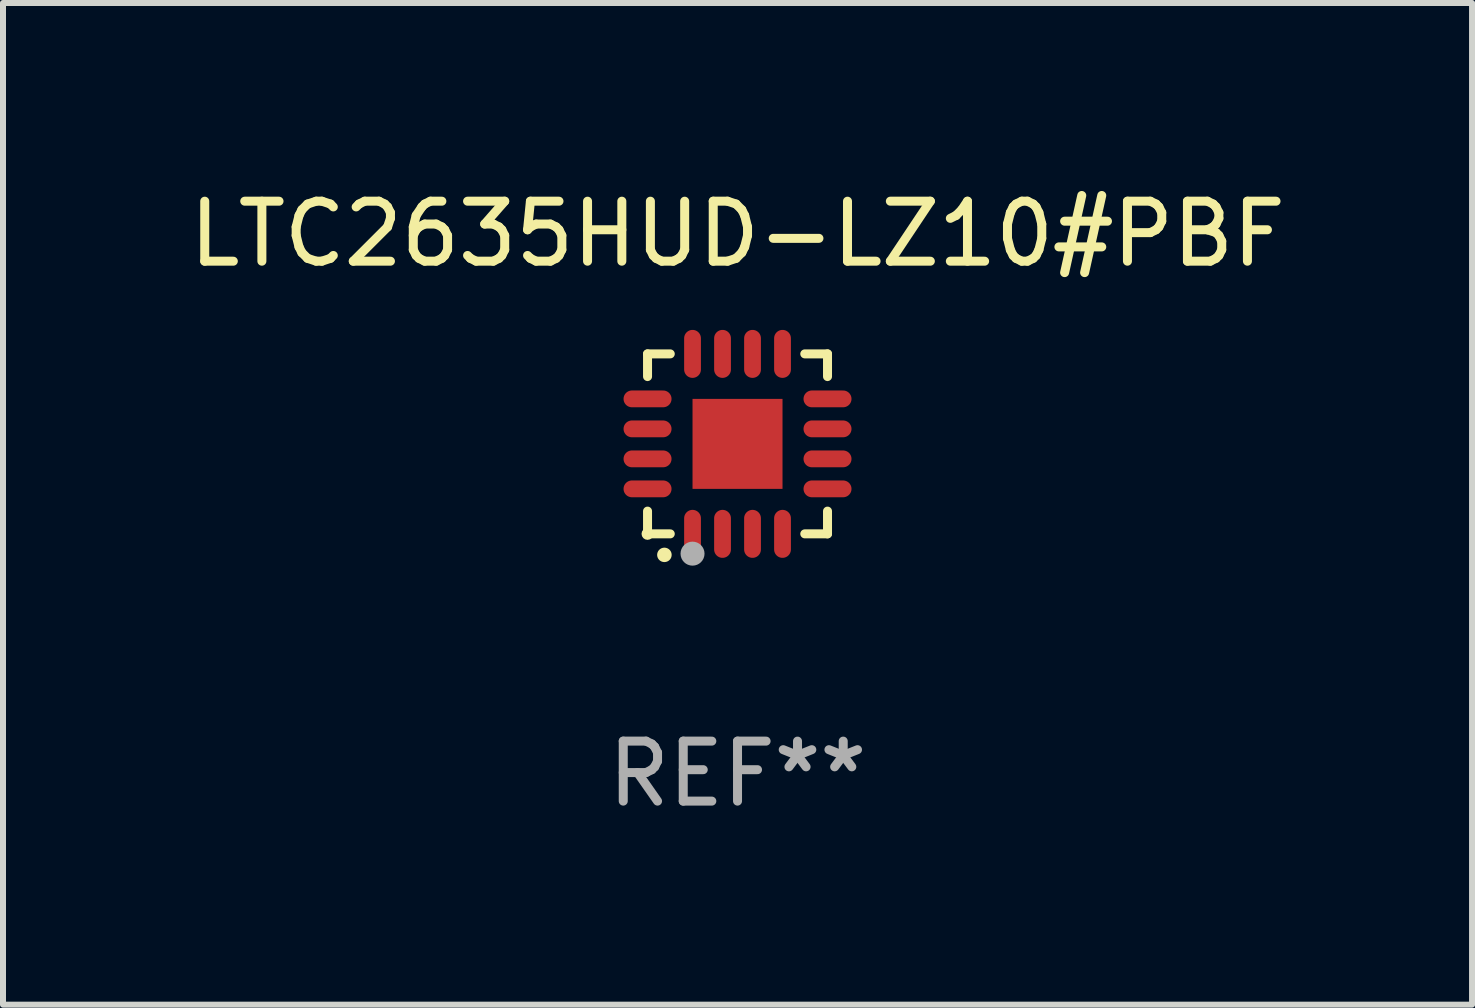
<source format=kicad_pcb>
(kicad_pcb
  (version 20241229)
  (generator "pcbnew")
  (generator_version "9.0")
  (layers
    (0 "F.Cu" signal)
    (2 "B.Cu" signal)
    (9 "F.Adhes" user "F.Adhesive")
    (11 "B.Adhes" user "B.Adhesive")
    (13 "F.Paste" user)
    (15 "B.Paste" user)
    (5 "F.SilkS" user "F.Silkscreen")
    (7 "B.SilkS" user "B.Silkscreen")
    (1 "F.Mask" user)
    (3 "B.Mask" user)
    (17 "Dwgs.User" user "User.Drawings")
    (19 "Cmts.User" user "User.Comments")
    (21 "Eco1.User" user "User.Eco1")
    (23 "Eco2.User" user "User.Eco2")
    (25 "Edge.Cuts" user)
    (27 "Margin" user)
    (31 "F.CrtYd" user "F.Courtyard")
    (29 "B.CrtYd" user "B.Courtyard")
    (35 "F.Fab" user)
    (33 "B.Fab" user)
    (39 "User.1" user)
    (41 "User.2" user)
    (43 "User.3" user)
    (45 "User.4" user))
  (footprint "LTC2635HUD-LZ10#PBF"
    (layer "F.Cu")
    (at 9.244 4.349)
    (property "Reference" "LTC2635HUD-LZ10#PBF" (at 0 -3.5 0) (layer "F.SilkS") (effects (font (size 1 1) (thickness 0.15))))
    (attr through_hole)
    (fp_line (start -1.5 -1.5) (end -1.121 -1.5) (stroke (width 0.15) (type solid)) (layer "F.SilkS"))
    (fp_line (start -1.5 -1.122) (end -1.5 -1.5) (stroke (width 0.15) (type solid)) (layer "F.SilkS"))
    (fp_line (start -1.5 1.5) (end -1.5 1.121) (stroke (width 0.15) (type solid)) (layer "F.SilkS"))
    (fp_line (start -1.121 1.5) (end -1.5 1.5) (stroke (width 0.15) (type solid)) (layer "F.SilkS"))
    (fp_line (start 1.121 -1.5) (end 1.5 -1.5) (stroke (width 0.15) (type solid)) (layer "F.SilkS"))
    (fp_line (start 1.5 -1.5) (end 1.5 -1.122) (stroke (width 0.15) (type solid)) (layer "F.SilkS"))
    (fp_line (start 1.5 1.121) (end 1.5 1.5) (stroke (width 0.15) (type solid)) (layer "F.SilkS"))
    (fp_line (start 1.5 1.5) (end 1.121 1.5) (stroke (width 0.15) (type solid)) (layer "F.SilkS"))
    (fp_arc (start -1.219926 1.850254) (mid -1.21891 1.85025) (end -1.217894 1.850254) (stroke (width 0.240005) (type solid)) (layer "F.SilkS"))
    (fp_circle (center -1.5 1.5) (end -1.45 1.5) (stroke (width 0.1) (type solid)) (fill no) (layer "F.SilkS"))
    (fp_circle (center -0.75 1.83) (end -0.65 1.83) (stroke (width 0.2) (type solid)) (fill no) (layer "F.Fab"))
    (fp_text user "REF**" (at 0 5.5 0) (layer "F.Fab") (effects (font (size 1 1) (thickness 0.15))))
    (pad "1" smd oval (at -0.75 1.5) (size 0.28 0.8) (layers "F.Cu" "F.Mask" "F.Paste"))
    (pad "2" smd oval (at -0.25 1.5) (size 0.28 0.8) (layers "F.Cu" "F.Mask" "F.Paste"))
    (pad "3" smd oval (at 0.25 1.5) (size 0.28 0.8) (layers "F.Cu" "F.Mask" "F.Paste"))
    (pad "4" smd oval (at 0.75 1.5) (size 0.28 0.8) (layers "F.Cu" "F.Mask" "F.Paste"))
    (pad "5" smd oval (at 1.5 0.75) (size 0.8 0.28) (layers "F.Cu" "F.Mask" "F.Paste"))
    (pad "6" smd oval (at 1.5 0.25) (size 0.8 0.28) (layers "F.Cu" "F.Mask" "F.Paste"))
    (pad "7" smd oval (at 1.5 -0.25) (size 0.8 0.28) (layers "F.Cu" "F.Mask" "F.Paste"))
    (pad "8" smd oval (at 1.5 -0.75) (size 0.8 0.28) (layers "F.Cu" "F.Mask" "F.Paste"))
    (pad "9" smd oval (at 0.75 -1.5) (size 0.28 0.8) (layers "F.Cu" "F.Mask" "F.Paste"))
    (pad "10" smd oval (at 0.25 -1.5) (size 0.28 0.8) (layers "F.Cu" "F.Mask" "F.Paste"))
    (pad "11" smd oval (at -0.25 -1.5) (size 0.28 0.8) (layers "F.Cu" "F.Mask" "F.Paste"))
    (pad "12" smd oval (at -0.75 -1.5) (size 0.28 0.8) (layers "F.Cu" "F.Mask" "F.Paste"))
    (pad "13" smd oval (at -1.5 -0.75) (size 0.8 0.28) (layers "F.Cu" "F.Mask" "F.Paste"))
    (pad "14" smd oval (at -1.5 -0.25) (size 0.8 0.28) (layers "F.Cu" "F.Mask" "F.Paste"))
    (pad "15" smd oval (at -1.5 0.25) (size 0.8 0.28) (layers "F.Cu" "F.Mask" "F.Paste"))
    (pad "16" smd oval (at -1.5 0.75) (size 0.8 0.28) (layers "F.Cu" "F.Mask" "F.Paste"))
    (pad "17" smd rect (at -0.000064 0.000165) (size 1.5 1.5) (layers "F.Cu" "F.Mask" "F.Paste")))
  (gr_rect
    (start -3 -3)
    (end 21.488 13.697)
    (stroke (width 0.1) (type default))
    (fill no)
    (layer "Edge.Cuts")))
</source>
